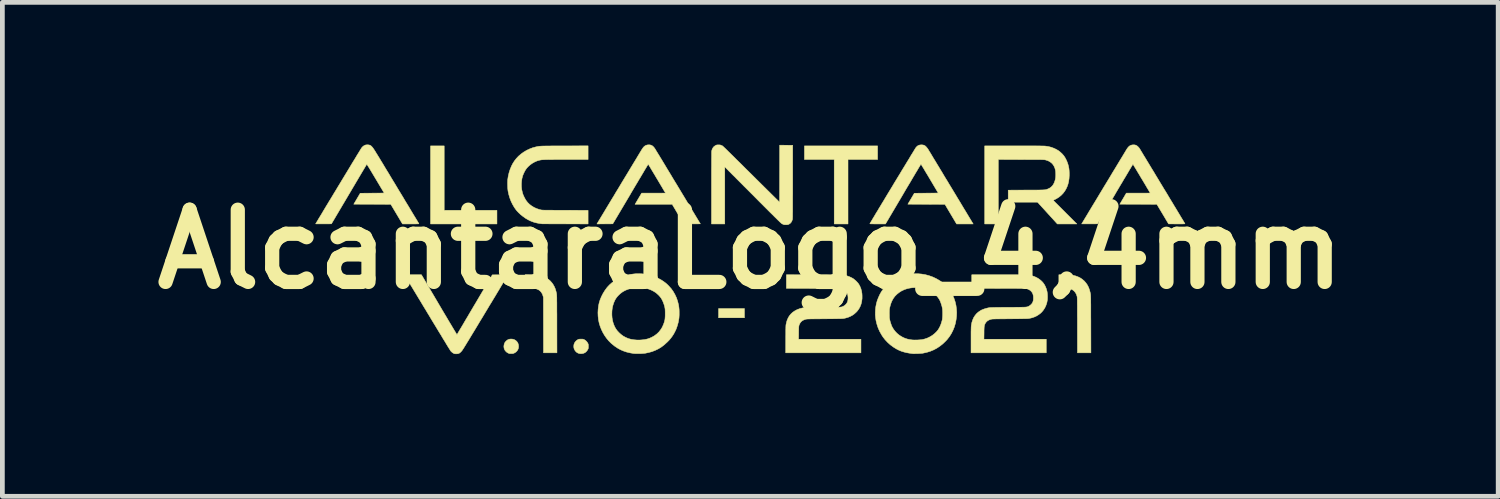
<source format=kicad_pcb>
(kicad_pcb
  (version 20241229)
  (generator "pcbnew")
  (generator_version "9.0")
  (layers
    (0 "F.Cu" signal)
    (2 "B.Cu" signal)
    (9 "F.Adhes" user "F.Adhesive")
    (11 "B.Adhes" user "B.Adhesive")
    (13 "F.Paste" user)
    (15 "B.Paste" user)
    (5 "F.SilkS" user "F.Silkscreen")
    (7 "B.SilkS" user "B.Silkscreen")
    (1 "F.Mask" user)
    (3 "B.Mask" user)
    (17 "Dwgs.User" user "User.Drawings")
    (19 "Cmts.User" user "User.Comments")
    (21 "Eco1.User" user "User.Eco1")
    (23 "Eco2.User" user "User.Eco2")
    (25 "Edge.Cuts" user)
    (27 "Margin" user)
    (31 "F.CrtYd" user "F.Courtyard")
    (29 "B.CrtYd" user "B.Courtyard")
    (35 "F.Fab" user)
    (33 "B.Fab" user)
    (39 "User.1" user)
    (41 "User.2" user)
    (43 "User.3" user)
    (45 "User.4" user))
  (footprint "AlcantaraLogo_4,4mm"
    (layer "F.Cu")
    (at 12.78 2.209)
    (property "Reference" "AlcantaraLogo_4,4mm" (at 0 0 0) (layer "F.SilkS") (effects (font (size 1.524 1.524) (thickness 0.3))))
    (attr through_hole)
    (fp_poly (pts (xy -0.123 1.446) (xy -0.669 1.446) (xy -0.669 1.251) (xy -0.123 1.251) (xy -0.123 1.446)) (stroke (width 0.01) (type solid)) (fill yes) (layer "F.SilkS"))
    (fp_poly (pts (xy -6.458 -0.822) (xy -5.345 -0.822) (xy -5.345 -0.534) (xy -6.746 -0.534) (xy -6.746 -2.181) (xy -6.458 -2.181) (xy -6.458 -0.822)) (stroke (width 0.01) (type solid)) (fill yes) (layer "F.SilkS"))
    (fp_poly (pts (xy 2.686 -1.894) (xy 2.062 -1.894) (xy 2.062 -0.534) (xy 1.771 -0.534) (xy 1.771 -1.894) (xy 1.143 -1.894) (xy 1.143 -2.181) (xy 2.686 -2.181) (xy 2.686 -1.894)) (stroke (width 0.01) (type solid)) (fill yes) (layer "F.SilkS"))
    (fp_poly (pts (xy -5.01 1.897) (xy -4.979 1.907) (xy -4.951 1.923) (xy -4.927 1.944) (xy -4.908 1.97) (xy -4.895 2.001) (xy -4.89 2.025) (xy -4.888 2.058) (xy -4.893 2.091) (xy -4.905 2.121) (xy -4.923 2.147) (xy -4.946 2.17) (xy -4.974 2.187) (xy -4.988 2.194) (xy -5 2.198) (xy -5.012 2.201) (xy -5.027 2.202) (xy -5.036 2.202) (xy -5.053 2.202) (xy -5.069 2.202) (xy -5.082 2.201) (xy -5.085 2.2) (xy -5.11 2.19) (xy -5.135 2.175) (xy -5.157 2.155) (xy -5.176 2.132) (xy -5.182 2.121) (xy -5.194 2.091) (xy -5.199 2.059) (xy -5.197 2.027) (xy -5.19 1.996) (xy -5.177 1.967) (xy -5.165 1.951) (xy -5.141 1.927) (xy -5.115 1.909) (xy -5.086 1.898) (xy -5.054 1.894) (xy -5.045 1.894) (xy -5.01 1.897)) (stroke (width 0.01) (type solid)) (fill yes) (layer "F.SilkS"))
    (fp_poly (pts (xy -3.552 1.896) (xy -3.538 1.896) (xy -3.528 1.898) (xy -3.518 1.901) (xy -3.508 1.905) (xy -3.503 1.907) (xy -3.476 1.924) (xy -3.452 1.947) (xy -3.433 1.973) (xy -3.428 1.983) (xy -3.422 1.995) (xy -3.419 2.004) (xy -3.417 2.014) (xy -3.416 2.027) (xy -3.416 2.044) (xy -3.416 2.049) (xy -3.416 2.067) (xy -3.417 2.081) (xy -3.418 2.091) (xy -3.421 2.1) (xy -3.426 2.111) (xy -3.428 2.114) (xy -3.442 2.138) (xy -3.461 2.16) (xy -3.482 2.178) (xy -3.49 2.183) (xy -3.517 2.195) (xy -3.547 2.202) (xy -3.578 2.203) (xy -3.609 2.2) (xy -3.622 2.196) (xy -3.649 2.184) (xy -3.674 2.165) (xy -3.695 2.141) (xy -3.711 2.113) (xy -3.716 2.101) (xy -3.722 2.079) (xy -3.724 2.054) (xy -3.723 2.028) (xy -3.719 2.004) (xy -3.718 2.002) (xy -3.706 1.973) (xy -3.687 1.946) (xy -3.664 1.924) (xy -3.637 1.906) (xy -3.635 1.906) (xy -3.625 1.901) (xy -3.616 1.898) (xy -3.605 1.897) (xy -3.592 1.896) (xy -3.573 1.896) (xy -3.571 1.896) (xy -3.552 1.896)) (stroke (width 0.01) (type solid)) (fill yes) (layer "F.SilkS"))
    (fp_poly (pts (xy -4.625 0.539) (xy -4.587 0.539) (xy -4.555 0.54) (xy -4.529 0.541) (xy -4.508 0.542) (xy -4.491 0.543) (xy -4.477 0.545) (xy -4.466 0.547) (xy -4.406 0.561) (xy -4.351 0.581) (xy -4.301 0.606) (xy -4.256 0.636) (xy -4.216 0.672) (xy -4.18 0.714) (xy -4.163 0.738) (xy -4.137 0.783) (xy -4.115 0.833) (xy -4.098 0.889) (xy -4.089 0.928) (xy -4.088 0.934) (xy -4.087 0.939) (xy -4.086 0.945) (xy -4.086 0.951) (xy -4.085 0.958) (xy -4.084 0.967) (xy -4.084 0.977) (xy -4.083 0.989) (xy -4.083 1.004) (xy -4.082 1.022) (xy -4.082 1.043) (xy -4.082 1.067) (xy -4.082 1.095) (xy -4.081 1.128) (xy -4.081 1.165) (xy -4.081 1.207) (xy -4.081 1.254) (xy -4.081 1.307) (xy -4.08 1.366) (xy -4.08 1.432) (xy -4.08 1.504) (xy -4.08 1.577) (xy -4.079 2.185) (xy -4.363 2.185) (xy -4.364 1.6) (xy -4.365 1.014) (xy -4.373 0.985) (xy -4.387 0.945) (xy -4.407 0.911) (xy -4.431 0.883) (xy -4.46 0.86) (xy -4.495 0.843) (xy -4.518 0.835) (xy -4.526 0.833) (xy -4.537 0.831) (xy -4.55 0.83) (xy -4.567 0.829) (xy -4.589 0.828) (xy -4.617 0.827) (xy -4.646 0.827) (xy -4.751 0.825) (xy -4.751 0.537) (xy -4.625 0.539)) (stroke (width 0.01) (type solid)) (fill yes) (layer "F.SilkS"))
    (fp_poly (pts (xy 6.639 0.539) (xy 6.674 0.539) (xy 6.703 0.54) (xy 6.727 0.54) (xy 6.746 0.541) (xy 6.762 0.542) (xy 6.775 0.543) (xy 6.787 0.545) (xy 6.799 0.547) (xy 6.806 0.549) (xy 6.862 0.562) (xy 6.911 0.58) (xy 6.956 0.601) (xy 6.997 0.628) (xy 7.004 0.633) (xy 7.046 0.669) (xy 7.082 0.71) (xy 7.113 0.755) (xy 7.139 0.806) (xy 7.159 0.863) (xy 7.175 0.925) (xy 7.176 0.932) (xy 7.177 0.937) (xy 7.178 0.942) (xy 7.179 0.948) (xy 7.18 0.954) (xy 7.181 0.962) (xy 7.181 0.97) (xy 7.182 0.98) (xy 7.182 0.993) (xy 7.183 1.008) (xy 7.183 1.025) (xy 7.184 1.046) (xy 7.184 1.07) (xy 7.184 1.098) (xy 7.184 1.131) (xy 7.185 1.168) (xy 7.185 1.21) (xy 7.185 1.257) (xy 7.185 1.31) (xy 7.185 1.369) (xy 7.185 1.434) (xy 7.186 1.507) (xy 7.186 1.579) (xy 7.187 2.185) (xy 6.903 2.185) (xy 6.902 1.602) (xy 6.902 1.524) (xy 6.902 1.454) (xy 6.901 1.39) (xy 6.901 1.333) (xy 6.901 1.282) (xy 6.901 1.236) (xy 6.901 1.196) (xy 6.9 1.161) (xy 6.9 1.13) (xy 6.9 1.103) (xy 6.9 1.081) (xy 6.899 1.062) (xy 6.899 1.046) (xy 6.898 1.033) (xy 6.898 1.022) (xy 6.897 1.013) (xy 6.897 1.007) (xy 6.896 1.001) (xy 6.895 0.997) (xy 6.894 0.993) (xy 6.894 0.992) (xy 6.881 0.953) (xy 6.863 0.919) (xy 6.841 0.89) (xy 6.815 0.867) (xy 6.795 0.854) (xy 6.782 0.847) (xy 6.769 0.842) (xy 6.757 0.837) (xy 6.744 0.834) (xy 6.728 0.831) (xy 6.71 0.83) (xy 6.688 0.828) (xy 6.661 0.827) (xy 6.628 0.827) (xy 6.618 0.827) (xy 6.511 0.825) (xy 6.511 0.537) (xy 6.639 0.539)) (stroke (width 0.01) (type solid)) (fill yes) (layer "F.SilkS"))
    (fp_poly (pts (xy 5.657 -2.181) (xy 5.743 -2.181) (xy 5.822 -2.181) (xy 5.894 -2.181) (xy 5.959 -2.181) (xy 6.017 -2.181) (xy 6.068 -2.18) (xy 6.112 -2.18) (xy 6.149 -2.179) (xy 6.179 -2.179) (xy 6.202 -2.178) (xy 6.217 -2.178) (xy 6.224 -2.177) (xy 6.286 -2.168) (xy 6.346 -2.153) (xy 6.404 -2.132) (xy 6.457 -2.107) (xy 6.507 -2.077) (xy 6.55 -2.042) (xy 6.588 -2.005) (xy 6.62 -1.967) (xy 6.647 -1.924) (xy 6.671 -1.877) (xy 6.685 -1.844) (xy 6.702 -1.797) (xy 6.714 -1.752) (xy 6.723 -1.707) (xy 6.728 -1.66) (xy 6.73 -1.61) (xy 6.73 -1.556) (xy 6.726 -1.49) (xy 6.717 -1.43) (xy 6.704 -1.374) (xy 6.685 -1.321) (xy 6.662 -1.272) (xy 6.636 -1.228) (xy 6.599 -1.179) (xy 6.557 -1.136) (xy 6.51 -1.098) (xy 6.459 -1.066) (xy 6.439 -1.056) (xy 6.391 -1.033) (xy 6.641 -0.783) (xy 6.89 -0.534) (xy 6.479 -0.534) (xy 6.27 -0.764) (xy 6.061 -0.993) (xy 5.751 -0.993) (xy 5.442 -0.994) (xy 5.442 -1.247) (xy 5.822 -1.249) (xy 5.885 -1.249) (xy 5.941 -1.249) (xy 5.99 -1.249) (xy 6.033 -1.249) (xy 6.07 -1.25) (xy 6.103 -1.25) (xy 6.131 -1.251) (xy 6.154 -1.251) (xy 6.174 -1.252) (xy 6.191 -1.253) (xy 6.205 -1.254) (xy 6.217 -1.255) (xy 6.227 -1.256) (xy 6.236 -1.258) (xy 6.244 -1.26) (xy 6.252 -1.262) (xy 6.259 -1.265) (xy 6.268 -1.268) (xy 6.273 -1.27) (xy 6.311 -1.287) (xy 6.345 -1.31) (xy 6.374 -1.338) (xy 6.398 -1.373) (xy 6.417 -1.413) (xy 6.432 -1.459) (xy 6.436 -1.477) (xy 6.441 -1.505) (xy 6.444 -1.539) (xy 6.445 -1.574) (xy 6.444 -1.61) (xy 6.442 -1.643) (xy 6.438 -1.668) (xy 6.426 -1.714) (xy 6.408 -1.754) (xy 6.385 -1.79) (xy 6.356 -1.821) (xy 6.322 -1.846) (xy 6.283 -1.867) (xy 6.238 -1.882) (xy 6.232 -1.883) (xy 6.227 -1.885) (xy 6.222 -1.886) (xy 6.217 -1.887) (xy 6.212 -1.887) (xy 6.205 -1.888) (xy 6.196 -1.889) (xy 6.186 -1.889) (xy 6.173 -1.89) (xy 6.158 -1.89) (xy 6.139 -1.891) (xy 6.117 -1.891) (xy 6.091 -1.891) (xy 6.061 -1.892) (xy 6.026 -1.892) (xy 5.985 -1.892) (xy 5.94 -1.892) (xy 5.888 -1.892) (xy 5.829 -1.892) (xy 5.764 -1.893) (xy 5.716 -1.893) (xy 5.233 -1.894) (xy 5.233 -0.534) (xy 4.946 -0.534) (xy 4.946 -2.181) (xy 5.565 -2.181) (xy 5.657 -2.181)) (stroke (width 0.01) (type solid)) (fill yes) (layer "F.SilkS"))
    (fp_poly (pts (xy 3.65 -2.199) (xy 3.671 -2.193) (xy 3.689 -2.182) (xy 3.708 -2.165) (xy 3.728 -2.142) (xy 3.748 -2.115) (xy 3.755 -2.104) (xy 3.759 -2.098) (xy 3.766 -2.085) (xy 3.777 -2.067) (xy 3.792 -2.043) (xy 3.81 -2.014) (xy 3.83 -1.98) (xy 3.853 -1.941) (xy 3.879 -1.898) (xy 3.908 -1.851) (xy 3.938 -1.801) (xy 3.971 -1.747) (xy 4.005 -1.69) (xy 4.042 -1.63) (xy 4.079 -1.567) (xy 4.118 -1.502) (xy 4.159 -1.436) (xy 4.2 -1.367) (xy 4.242 -1.298) (xy 4.285 -1.227) (xy 4.328 -1.156) (xy 4.371 -1.084) (xy 4.415 -1.012) (xy 4.458 -0.94) (xy 4.501 -0.868) (xy 4.544 -0.798) (xy 4.584 -0.731) (xy 4.703 -0.534) (xy 4.353 -0.534) (xy 4.23 -0.741) (xy 4.107 -0.948) (xy 3.325 -0.951) (xy 3.393 -1.066) (xy 3.461 -1.182) (xy 3.714 -1.184) (xy 3.966 -1.186) (xy 3.785 -1.491) (xy 3.759 -1.535) (xy 3.734 -1.577) (xy 3.71 -1.616) (xy 3.688 -1.653) (xy 3.668 -1.687) (xy 3.65 -1.717) (xy 3.634 -1.742) (xy 3.621 -1.764) (xy 3.611 -1.78) (xy 3.604 -1.791) (xy 3.601 -1.796) (xy 3.601 -1.797) (xy 3.599 -1.793) (xy 3.593 -1.784) (xy 3.584 -1.769) (xy 3.572 -1.748) (xy 3.556 -1.723) (xy 3.538 -1.692) (xy 3.517 -1.656) (xy 3.493 -1.617) (xy 3.467 -1.573) (xy 3.439 -1.526) (xy 3.409 -1.475) (xy 3.378 -1.422) (xy 3.344 -1.365) (xy 3.309 -1.307) (xy 3.273 -1.246) (xy 3.236 -1.183) (xy 3.226 -1.165) (xy 2.853 -0.534) (xy 2.687 -0.534) (xy 2.646 -0.534) (xy 2.613 -0.534) (xy 2.585 -0.535) (xy 2.564 -0.535) (xy 2.547 -0.535) (xy 2.536 -0.536) (xy 2.528 -0.537) (xy 2.524 -0.538) (xy 2.522 -0.539) (xy 2.522 -0.539) (xy 2.525 -0.543) (xy 2.531 -0.553) (xy 2.54 -0.569) (xy 2.553 -0.591) (xy 2.569 -0.617) (xy 2.587 -0.648) (xy 2.609 -0.684) (xy 2.632 -0.723) (xy 2.658 -0.767) (xy 2.687 -0.813) (xy 2.716 -0.863) (xy 2.748 -0.915) (xy 2.781 -0.97) (xy 2.816 -1.027) (xy 2.851 -1.086) (xy 2.887 -1.146) (xy 2.924 -1.207) (xy 2.961 -1.268) (xy 2.999 -1.33) (xy 3.036 -1.393) (xy 3.074 -1.455) (xy 3.111 -1.516) (xy 3.148 -1.576) (xy 3.183 -1.635) (xy 3.218 -1.693) (xy 3.252 -1.748) (xy 3.284 -1.801) (xy 3.315 -1.852) (xy 3.344 -1.899) (xy 3.371 -1.944) (xy 3.395 -1.985) (xy 3.418 -2.021) (xy 3.438 -2.054) (xy 3.455 -2.082) (xy 3.469 -2.105) (xy 3.479 -2.122) (xy 3.487 -2.134) (xy 3.491 -2.14) (xy 3.491 -2.141) (xy 3.51 -2.163) (xy 3.528 -2.179) (xy 3.547 -2.19) (xy 3.565 -2.197) (xy 3.592 -2.202) (xy 3.622 -2.203) (xy 3.65 -2.199)) (stroke (width 0.01) (type solid)) (fill yes) (layer "F.SilkS"))
    (fp_poly (pts (xy -7.117 0.538) (xy -6.938 0.538) (xy -6.565 1.171) (xy -6.521 1.246) (xy -6.479 1.317) (xy -6.439 1.384) (xy -6.402 1.446) (xy -6.368 1.504) (xy -6.336 1.558) (xy -6.307 1.606) (xy -6.281 1.65) (xy -6.258 1.688) (xy -6.238 1.722) (xy -6.221 1.749) (xy -6.208 1.771) (xy -6.198 1.787) (xy -6.191 1.797) (xy -6.188 1.801) (xy -6.188 1.801) (xy -6.186 1.797) (xy -6.18 1.788) (xy -6.171 1.772) (xy -6.159 1.751) (xy -6.143 1.725) (xy -6.125 1.694) (xy -6.103 1.658) (xy -6.08 1.619) (xy -6.054 1.575) (xy -6.026 1.527) (xy -5.996 1.476) (xy -5.964 1.423) (xy -5.931 1.366) (xy -5.896 1.307) (xy -5.86 1.246) (xy -5.823 1.183) (xy -5.814 1.169) (xy -5.443 0.54) (xy -5.278 0.539) (xy -5.238 0.539) (xy -5.202 0.539) (xy -5.172 0.539) (xy -5.148 0.539) (xy -5.13 0.54) (xy -5.119 0.54) (xy -5.114 0.541) (xy -5.114 0.541) (xy -5.116 0.545) (xy -5.122 0.554) (xy -5.131 0.57) (xy -5.144 0.591) (xy -5.16 0.617) (xy -5.178 0.649) (xy -5.2 0.685) (xy -5.225 0.725) (xy -5.252 0.77) (xy -5.281 0.819) (xy -5.312 0.871) (xy -5.346 0.927) (xy -5.381 0.986) (xy -5.419 1.048) (xy -5.457 1.112) (xy -5.498 1.178) (xy -5.539 1.247) (xy -5.581 1.317) (xy -5.594 1.338) (xy -5.644 1.422) (xy -5.692 1.5) (xy -5.735 1.572) (xy -5.775 1.639) (xy -5.812 1.7) (xy -5.846 1.756) (xy -5.877 1.807) (xy -5.905 1.853) (xy -5.93 1.895) (xy -5.953 1.933) (xy -5.974 1.966) (xy -5.992 1.996) (xy -6.008 2.023) (xy -6.023 2.046) (xy -6.035 2.066) (xy -6.046 2.084) (xy -6.056 2.099) (xy -6.064 2.111) (xy -6.071 2.122) (xy -6.077 2.131) (xy -6.082 2.138) (xy -6.087 2.144) (xy -6.091 2.149) (xy -6.094 2.153) (xy -6.097 2.157) (xy -6.1 2.159) (xy -6.119 2.178) (xy -6.136 2.191) (xy -6.153 2.199) (xy -6.171 2.204) (xy -6.193 2.206) (xy -6.197 2.206) (xy -6.221 2.206) (xy -6.24 2.204) (xy -6.246 2.202) (xy -6.267 2.192) (xy -6.289 2.177) (xy -6.31 2.158) (xy -6.321 2.146) (xy -6.325 2.141) (xy -6.332 2.129) (xy -6.342 2.112) (xy -6.356 2.09) (xy -6.374 2.062) (xy -6.394 2.029) (xy -6.417 1.991) (xy -6.442 1.949) (xy -6.471 1.903) (xy -6.501 1.853) (xy -6.533 1.799) (xy -6.568 1.743) (xy -6.604 1.683) (xy -6.642 1.62) (xy -6.681 1.556) (xy -6.722 1.489) (xy -6.763 1.42) (xy -6.806 1.349) (xy -6.81 1.343) (xy -6.852 1.272) (xy -6.894 1.204) (xy -6.934 1.137) (xy -6.973 1.072) (xy -7.011 1.01) (xy -7.047 0.95) (xy -7.081 0.894) (xy -7.113 0.841) (xy -7.143 0.791) (xy -7.171 0.745) (xy -7.196 0.703) (xy -7.218 0.666) (xy -7.238 0.633) (xy -7.255 0.606) (xy -7.268 0.583) (xy -7.278 0.566) (xy -7.285 0.555) (xy -7.288 0.55) (xy -7.288 0.55) (xy -7.296 0.538) (xy -7.117 0.538)) (stroke (width 0.01) (type solid)) (fill yes) (layer "F.SilkS"))
    (fp_poly (pts (xy -0.653 -2.202) (xy -0.64 -2.201) (xy -0.629 -2.199) (xy -0.618 -2.195) (xy -0.605 -2.189) (xy -0.602 -2.188) (xy -0.6 -2.187) (xy -0.598 -2.187) (xy -0.596 -2.186) (xy -0.594 -2.185) (xy -0.592 -2.184) (xy -0.59 -2.183) (xy -0.586 -2.18) (xy -0.582 -2.177) (xy -0.577 -2.173) (xy -0.571 -2.167) (xy -0.563 -2.16) (xy -0.554 -2.151) (xy -0.543 -2.141) (xy -0.529 -2.128) (xy -0.514 -2.113) (xy -0.496 -2.096) (xy -0.476 -2.076) (xy -0.453 -2.053) (xy -0.427 -2.028) (xy -0.398 -1.999) (xy -0.365 -1.967) (xy -0.329 -1.931) (xy -0.29 -1.892) (xy -0.246 -1.849) (xy -0.198 -1.802) (xy -0.146 -1.75) (xy -0.09 -1.694) (xy -0.028 -1.633) (xy 0.038 -1.568) (xy 0.109 -1.497) (xy 0.129 -1.477) (xy 0.618 -0.993) (xy 0.62 -2.196) (xy 0.895 -2.194) (xy 0.895 -1.421) (xy 0.895 -1.33) (xy 0.895 -1.245) (xy 0.895 -1.168) (xy 0.894 -1.097) (xy 0.894 -1.033) (xy 0.894 -0.974) (xy 0.894 -0.921) (xy 0.894 -0.874) (xy 0.894 -0.832) (xy 0.894 -0.795) (xy 0.893 -0.762) (xy 0.893 -0.734) (xy 0.893 -0.71) (xy 0.893 -0.689) (xy 0.892 -0.672) (xy 0.892 -0.658) (xy 0.891 -0.647) (xy 0.891 -0.639) (xy 0.89 -0.633) (xy 0.89 -0.629) (xy 0.889 -0.628) (xy 0.878 -0.596) (xy 0.862 -0.568) (xy 0.842 -0.546) (xy 0.818 -0.53) (xy 0.815 -0.528) (xy 0.802 -0.523) (xy 0.789 -0.519) (xy 0.773 -0.518) (xy 0.76 -0.517) (xy 0.743 -0.517) (xy 0.727 -0.517) (xy 0.715 -0.519) (xy 0.712 -0.519) (xy 0.701 -0.523) (xy 0.687 -0.529) (xy 0.673 -0.536) (xy 0.672 -0.536) (xy 0.669 -0.538) (xy 0.665 -0.541) (xy 0.66 -0.544) (xy 0.654 -0.549) (xy 0.647 -0.555) (xy 0.639 -0.563) (xy 0.628 -0.572) (xy 0.616 -0.584) (xy 0.602 -0.598) (xy 0.585 -0.614) (xy 0.566 -0.633) (xy 0.544 -0.655) (xy 0.518 -0.68) (xy 0.49 -0.708) (xy 0.458 -0.74) (xy 0.422 -0.775) (xy 0.382 -0.815) (xy 0.338 -0.859) (xy 0.29 -0.907) (xy 0.237 -0.96) (xy 0.179 -1.018) (xy 0.128 -1.07) (xy 0.075 -1.123) (xy 0.023 -1.175) (xy -0.029 -1.227) (xy -0.079 -1.277) (xy -0.127 -1.325) (xy -0.173 -1.372) (xy -0.217 -1.416) (xy -0.259 -1.458) (xy -0.298 -1.497) (xy -0.333 -1.533) (xy -0.366 -1.565) (xy -0.394 -1.593) (xy -0.418 -1.618) (xy -0.438 -1.638) (xy -0.454 -1.653) (xy -0.464 -1.664) (xy -0.464 -1.664) (xy -0.538 -1.739) (xy -0.538 -0.534) (xy -0.818 -0.534) (xy -0.818 -1.294) (xy -0.818 -1.38) (xy -0.818 -1.462) (xy -0.818 -1.54) (xy -0.818 -1.613) (xy -0.818 -1.683) (xy -0.817 -1.747) (xy -0.817 -1.806) (xy -0.817 -1.86) (xy -0.817 -1.909) (xy -0.816 -1.952) (xy -0.816 -1.988) (xy -0.816 -2.019) (xy -0.816 -2.043) (xy -0.815 -2.06) (xy -0.815 -2.069) (xy -0.815 -2.072) (xy -0.805 -2.107) (xy -0.79 -2.137) (xy -0.77 -2.163) (xy -0.745 -2.182) (xy -0.734 -2.189) (xy -0.722 -2.195) (xy -0.712 -2.199) (xy -0.702 -2.201) (xy -0.69 -2.202) (xy -0.673 -2.202) (xy -0.671 -2.202) (xy -0.653 -2.202)) (stroke (width 0.01) (type solid)) (fill yes) (layer "F.SilkS"))
    (fp_poly (pts (xy -2.122 -2.203) (xy -2.095 -2.197) (xy -2.071 -2.186) (xy -2.05 -2.169) (xy -2.05 -2.169) (xy -2.037 -2.156) (xy -2.026 -2.142) (xy -2.017 -2.131) (xy -2.014 -2.126) (xy -2.007 -2.115) (xy -1.997 -2.099) (xy -1.984 -2.076) (xy -1.967 -2.049) (xy -1.947 -2.016) (xy -1.924 -1.979) (xy -1.899 -1.937) (xy -1.871 -1.892) (xy -1.841 -1.842) (xy -1.809 -1.789) (xy -1.775 -1.732) (xy -1.739 -1.672) (xy -1.701 -1.61) (xy -1.662 -1.545) (xy -1.622 -1.478) (xy -1.58 -1.409) (xy -1.537 -1.339) (xy -1.529 -1.325) (xy -1.053 -0.536) (xy -1.224 -0.535) (xy -1.259 -0.535) (xy -1.292 -0.535) (xy -1.322 -0.535) (xy -1.348 -0.535) (xy -1.369 -0.535) (xy -1.386 -0.535) (xy -1.396 -0.535) (xy -1.399 -0.536) (xy -1.402 -0.539) (xy -1.408 -0.548) (xy -1.417 -0.563) (xy -1.429 -0.582) (xy -1.443 -0.606) (xy -1.46 -0.633) (xy -1.479 -0.664) (xy -1.498 -0.697) (xy -1.52 -0.732) (xy -1.526 -0.743) (xy -1.648 -0.949) (xy -2.431 -0.949) (xy -2.362 -1.066) (xy -2.292 -1.184) (xy -2.041 -1.184) (xy -1.998 -1.184) (xy -1.958 -1.184) (xy -1.92 -1.184) (xy -1.886 -1.184) (xy -1.857 -1.185) (xy -1.831 -1.185) (xy -1.812 -1.185) (xy -1.798 -1.185) (xy -1.79 -1.186) (xy -1.789 -1.186) (xy -1.791 -1.19) (xy -1.796 -1.199) (xy -1.805 -1.214) (xy -1.817 -1.233) (xy -1.831 -1.257) (xy -1.847 -1.284) (xy -1.865 -1.315) (xy -1.885 -1.348) (xy -1.906 -1.384) (xy -1.928 -1.42) (xy -1.95 -1.458) (xy -1.973 -1.496) (xy -1.996 -1.534) (xy -2.018 -1.572) (xy -2.04 -1.608) (xy -2.061 -1.643) (xy -2.081 -1.676) (xy -2.098 -1.705) (xy -2.114 -1.732) (xy -2.128 -1.754) (xy -2.139 -1.772) (xy -2.147 -1.785) (xy -2.152 -1.793) (xy -2.153 -1.795) (xy -2.156 -1.792) (xy -2.161 -1.782) (xy -2.17 -1.767) (xy -2.183 -1.747) (xy -2.198 -1.721) (xy -2.217 -1.69) (xy -2.238 -1.655) (xy -2.261 -1.615) (xy -2.287 -1.572) (xy -2.315 -1.524) (xy -2.346 -1.474) (xy -2.377 -1.42) (xy -2.411 -1.364) (xy -2.446 -1.305) (xy -2.482 -1.244) (xy -2.519 -1.182) (xy -2.528 -1.165) (xy -2.901 -0.536) (xy -3.068 -0.535) (xy -3.235 -0.534) (xy -3.231 -0.543) (xy -3.228 -0.547) (xy -3.221 -0.558) (xy -3.212 -0.574) (xy -3.199 -0.596) (xy -3.182 -0.623) (xy -3.163 -0.655) (xy -3.142 -0.69) (xy -3.118 -0.73) (xy -3.091 -0.774) (xy -3.063 -0.821) (xy -3.033 -0.871) (xy -3.001 -0.924) (xy -2.968 -0.979) (xy -2.934 -1.035) (xy -2.898 -1.094) (xy -2.862 -1.154) (xy -2.826 -1.215) (xy -2.788 -1.276) (xy -2.751 -1.338) (xy -2.714 -1.4) (xy -2.677 -1.461) (xy -2.64 -1.522) (xy -2.604 -1.581) (xy -2.569 -1.639) (xy -2.535 -1.696) (xy -2.502 -1.75) (xy -2.471 -1.802) (xy -2.441 -1.851) (xy -2.413 -1.897) (xy -2.387 -1.94) (xy -2.364 -1.979) (xy -2.343 -2.013) (xy -2.325 -2.044) (xy -2.309 -2.069) (xy -2.297 -2.09) (xy -2.288 -2.104) (xy -2.282 -2.113) (xy -2.28 -2.116) (xy -2.26 -2.145) (xy -2.24 -2.167) (xy -2.219 -2.183) (xy -2.197 -2.194) (xy -2.172 -2.201) (xy -2.153 -2.203) (xy -2.122 -2.203)) (stroke (width 0.01) (type solid)) (fill yes) (layer "F.SilkS"))
    (fp_poly (pts (xy -3.422 -1.894) (xy -3.881 -1.894) (xy -3.952 -1.894) (xy -4.017 -1.894) (xy -4.075 -1.894) (xy -4.127 -1.894) (xy -4.173 -1.893) (xy -4.214 -1.893) (xy -4.25 -1.893) (xy -4.282 -1.892) (xy -4.309 -1.892) (xy -4.333 -1.891) (xy -4.353 -1.89) (xy -4.371 -1.889) (xy -4.386 -1.888) (xy -4.4 -1.887) (xy -4.412 -1.886) (xy -4.422 -1.884) (xy -4.432 -1.882) (xy -4.442 -1.88) (xy -4.451 -1.878) (xy -4.499 -1.864) (xy -4.547 -1.843) (xy -4.594 -1.817) (xy -4.638 -1.786) (xy -4.679 -1.751) (xy -4.714 -1.714) (xy -4.737 -1.682) (xy -4.753 -1.657) (xy -4.769 -1.626) (xy -4.784 -1.594) (xy -4.797 -1.563) (xy -4.803 -1.545) (xy -4.817 -1.493) (xy -4.825 -1.437) (xy -4.829 -1.378) (xy -4.828 -1.319) (xy -4.822 -1.261) (xy -4.81 -1.206) (xy -4.801 -1.174) (xy -4.792 -1.148) (xy -4.779 -1.119) (xy -4.764 -1.088) (xy -4.749 -1.06) (xy -4.734 -1.036) (xy -4.733 -1.033) (xy -4.698 -0.988) (xy -4.658 -0.948) (xy -4.612 -0.913) (xy -4.562 -0.883) (xy -4.507 -0.858) (xy -4.447 -0.838) (xy -4.423 -0.832) (xy -4.418 -0.831) (xy -4.413 -0.83) (xy -4.407 -0.829) (xy -4.401 -0.828) (xy -4.394 -0.827) (xy -4.386 -0.827) (xy -4.375 -0.826) (xy -4.362 -0.826) (xy -4.347 -0.825) (xy -4.328 -0.825) (xy -4.306 -0.824) (xy -4.28 -0.824) (xy -4.25 -0.824) (xy -4.214 -0.824) (xy -4.174 -0.824) (xy -4.128 -0.823) (xy -4.076 -0.823) (xy -4.018 -0.823) (xy -3.953 -0.823) (xy -3.904 -0.823) (xy -3.422 -0.821) (xy -3.422 -0.534) (xy -3.902 -0.535) (xy -3.962 -0.535) (xy -4.02 -0.535) (xy -4.075 -0.535) (xy -4.127 -0.535) (xy -4.176 -0.535) (xy -4.222 -0.535) (xy -4.263 -0.536) (xy -4.3 -0.536) (xy -4.331 -0.536) (xy -4.357 -0.536) (xy -4.377 -0.536) (xy -4.39 -0.536) (xy -4.396 -0.537) (xy -4.396 -0.537) (xy -4.45 -0.544) (xy -4.506 -0.555) (xy -4.561 -0.569) (xy -4.593 -0.58) (xy -4.641 -0.599) (xy -4.691 -0.624) (xy -4.742 -0.654) (xy -4.791 -0.689) (xy -4.839 -0.726) (xy -4.882 -0.766) (xy -4.921 -0.807) (xy -4.939 -0.828) (xy -4.979 -0.884) (xy -5.015 -0.946) (xy -5.047 -1.012) (xy -5.074 -1.082) (xy -5.095 -1.154) (xy -5.11 -1.221) (xy -5.114 -1.249) (xy -5.117 -1.282) (xy -5.119 -1.318) (xy -5.12 -1.356) (xy -5.121 -1.393) (xy -5.12 -1.429) (xy -5.119 -1.459) (xy -5.118 -1.469) (xy -5.107 -1.541) (xy -5.09 -1.614) (xy -5.067 -1.686) (xy -5.039 -1.754) (xy -5.013 -1.805) (xy -4.977 -1.862) (xy -4.935 -1.916) (xy -4.888 -1.966) (xy -4.835 -2.011) (xy -4.778 -2.052) (xy -4.717 -2.088) (xy -4.653 -2.118) (xy -4.587 -2.143) (xy -4.537 -2.156) (xy -4.523 -2.16) (xy -4.511 -2.162) (xy -4.5 -2.165) (xy -4.489 -2.167) (xy -4.478 -2.169) (xy -4.467 -2.171) (xy -4.455 -2.173) (xy -4.441 -2.174) (xy -4.426 -2.175) (xy -4.409 -2.176) (xy -4.389 -2.177) (xy -4.366 -2.178) (xy -4.34 -2.178) (xy -4.31 -2.179) (xy -4.276 -2.179) (xy -4.237 -2.179) (xy -4.192 -2.18) (xy -4.143 -2.18) (xy -4.087 -2.18) (xy -4.025 -2.18) (xy -3.956 -2.18) (xy -3.919 -2.18) (xy -3.422 -2.182) (xy -3.422 -1.894)) (stroke (width 0.01) (type solid)) (fill yes) (layer "F.SilkS"))
    (fp_poly (pts (xy -8.051 -2.202) (xy -8.033 -2.198) (xy -8.022 -2.194) (xy -8.013 -2.19) (xy -8.005 -2.184) (xy -7.994 -2.175) (xy -7.981 -2.161) (xy -7.978 -2.158) (xy -7.974 -2.154) (xy -7.971 -2.15) (xy -7.967 -2.145) (xy -7.963 -2.14) (xy -7.958 -2.133) (xy -7.952 -2.124) (xy -7.945 -2.114) (xy -7.937 -2.102) (xy -7.928 -2.088) (xy -7.917 -2.071) (xy -7.905 -2.052) (xy -7.892 -2.029) (xy -7.876 -2.004) (xy -7.858 -1.975) (xy -7.838 -1.943) (xy -7.816 -1.906) (xy -7.792 -1.866) (xy -7.764 -1.821) (xy -7.734 -1.771) (xy -7.702 -1.717) (xy -7.666 -1.658) (xy -7.626 -1.593) (xy -7.584 -1.522) (xy -7.538 -1.446) (xy -7.488 -1.364) (xy -7.473 -1.339) (xy -7.431 -1.268) (xy -7.389 -1.199) (xy -7.348 -1.132) (xy -7.309 -1.067) (xy -7.272 -1.004) (xy -7.235 -0.944) (xy -7.201 -0.888) (xy -7.169 -0.834) (xy -7.139 -0.784) (xy -7.111 -0.738) (xy -7.086 -0.696) (xy -7.063 -0.659) (xy -7.043 -0.626) (xy -7.026 -0.598) (xy -7.013 -0.575) (xy -7.002 -0.558) (xy -6.996 -0.546) (xy -6.992 -0.541) (xy -6.992 -0.541) (xy -6.992 -0.539) (xy -6.992 -0.538) (xy -6.995 -0.537) (xy -7 -0.536) (xy -7.008 -0.535) (xy -7.02 -0.535) (xy -7.036 -0.535) (xy -7.056 -0.534) (xy -7.083 -0.534) (xy -7.115 -0.534) (xy -7.155 -0.534) (xy -7.163 -0.534) (xy -7.338 -0.534) (xy -7.461 -0.741) (xy -7.585 -0.949) (xy -8.366 -0.951) (xy -8.298 -1.066) (xy -8.23 -1.182) (xy -7.977 -1.184) (xy -7.724 -1.186) (xy -7.906 -1.491) (xy -7.939 -1.546) (xy -7.969 -1.596) (xy -7.995 -1.64) (xy -8.019 -1.679) (xy -8.039 -1.713) (xy -8.057 -1.741) (xy -8.071 -1.763) (xy -8.081 -1.779) (xy -8.088 -1.789) (xy -8.091 -1.793) (xy -8.092 -1.793) (xy -8.094 -1.79) (xy -8.1 -1.78) (xy -8.109 -1.765) (xy -8.122 -1.744) (xy -8.137 -1.718) (xy -8.156 -1.687) (xy -8.177 -1.651) (xy -8.201 -1.611) (xy -8.227 -1.567) (xy -8.255 -1.52) (xy -8.285 -1.469) (xy -8.317 -1.415) (xy -8.35 -1.359) (xy -8.385 -1.3) (xy -8.421 -1.239) (xy -8.458 -1.176) (xy -8.466 -1.163) (xy -8.837 -0.536) (xy -9.004 -0.535) (xy -9.038 -0.535) (xy -9.07 -0.535) (xy -9.099 -0.535) (xy -9.124 -0.535) (xy -9.144 -0.535) (xy -9.159 -0.535) (xy -9.168 -0.536) (xy -9.17 -0.536) (xy -9.168 -0.54) (xy -9.163 -0.549) (xy -9.154 -0.565) (xy -9.141 -0.585) (xy -9.126 -0.611) (xy -9.108 -0.642) (xy -9.087 -0.676) (xy -9.063 -0.715) (xy -9.037 -0.758) (xy -9.01 -0.804) (xy -8.98 -0.854) (xy -8.949 -0.906) (xy -8.916 -0.96) (xy -8.882 -1.017) (xy -8.846 -1.075) (xy -8.81 -1.135) (xy -8.774 -1.195) (xy -8.736 -1.257) (xy -8.699 -1.319) (xy -8.661 -1.381) (xy -8.624 -1.443) (xy -8.587 -1.504) (xy -8.55 -1.565) (xy -8.514 -1.624) (xy -8.479 -1.682) (xy -8.445 -1.738) (xy -8.413 -1.792) (xy -8.382 -1.843) (xy -8.352 -1.891) (xy -8.325 -1.936) (xy -8.3 -1.978) (xy -8.277 -2.015) (xy -8.256 -2.049) (xy -8.238 -2.078) (xy -8.224 -2.102) (xy -8.212 -2.121) (xy -8.203 -2.135) (xy -8.198 -2.142) (xy -8.197 -2.144) (xy -8.173 -2.169) (xy -8.146 -2.188) (xy -8.117 -2.2) (xy -8.085 -2.204) (xy -8.051 -2.202)) (stroke (width 0.01) (type solid)) (fill yes) (layer "F.SilkS"))
    (fp_poly (pts (xy 8.128 -2.198) (xy 8.15 -2.189) (xy 8.171 -2.173) (xy 8.173 -2.171) (xy 8.186 -2.159) (xy 8.198 -2.145) (xy 8.208 -2.134) (xy 8.208 -2.133) (xy 8.211 -2.129) (xy 8.217 -2.119) (xy 8.227 -2.103) (xy 8.24 -2.081) (xy 8.256 -2.055) (xy 8.275 -2.024) (xy 8.296 -1.988) (xy 8.32 -1.949) (xy 8.347 -1.905) (xy 8.375 -1.858) (xy 8.405 -1.809) (xy 8.437 -1.756) (xy 8.47 -1.701) (xy 8.505 -1.645) (xy 8.54 -1.586) (xy 8.576 -1.526) (xy 8.613 -1.465) (xy 8.65 -1.403) (xy 8.688 -1.341) (xy 8.725 -1.279) (xy 8.763 -1.218) (xy 8.8 -1.157) (xy 8.836 -1.096) (xy 8.871 -1.038) (xy 8.906 -0.981) (xy 8.939 -0.925) (xy 8.971 -0.873) (xy 9.001 -0.823) (xy 9.03 -0.775) (xy 9.056 -0.732) (xy 9.08 -0.691) (xy 9.102 -0.655) (xy 9.121 -0.624) (xy 9.138 -0.596) (xy 9.151 -0.574) (xy 9.161 -0.558) (xy 9.167 -0.546) (xy 9.17 -0.541) (xy 9.171 -0.54) (xy 9.171 -0.538) (xy 9.169 -0.537) (xy 9.165 -0.536) (xy 9.159 -0.536) (xy 9.149 -0.535) (xy 9.135 -0.535) (xy 9.117 -0.534) (xy 9.093 -0.534) (xy 9.064 -0.534) (xy 9.028 -0.534) (xy 8.999 -0.534) (xy 8.825 -0.535) (xy 8.702 -0.742) (xy 8.578 -0.949) (xy 8.188 -0.95) (xy 7.797 -0.951) (xy 7.934 -1.184) (xy 8.186 -1.184) (xy 8.229 -1.184) (xy 8.269 -1.184) (xy 8.307 -1.184) (xy 8.341 -1.184) (xy 8.371 -1.185) (xy 8.396 -1.185) (xy 8.416 -1.185) (xy 8.43 -1.185) (xy 8.437 -1.185) (xy 8.438 -1.186) (xy 8.436 -1.189) (xy 8.431 -1.199) (xy 8.422 -1.213) (xy 8.411 -1.233) (xy 8.397 -1.257) (xy 8.38 -1.284) (xy 8.362 -1.315) (xy 8.343 -1.348) (xy 8.322 -1.383) (xy 8.3 -1.42) (xy 8.277 -1.458) (xy 8.254 -1.496) (xy 8.231 -1.534) (xy 8.209 -1.572) (xy 8.187 -1.608) (xy 8.166 -1.643) (xy 8.147 -1.675) (xy 8.129 -1.705) (xy 8.113 -1.731) (xy 8.099 -1.754) (xy 8.088 -1.772) (xy 8.08 -1.785) (xy 8.075 -1.793) (xy 8.074 -1.795) (xy 8.071 -1.792) (xy 8.066 -1.782) (xy 8.057 -1.767) (xy 8.044 -1.747) (xy 8.029 -1.721) (xy 8.01 -1.69) (xy 7.989 -1.655) (xy 7.966 -1.615) (xy 7.94 -1.572) (xy 7.912 -1.524) (xy 7.881 -1.474) (xy 7.85 -1.42) (xy 7.816 -1.364) (xy 7.781 -1.305) (xy 7.745 -1.244) (xy 7.708 -1.182) (xy 7.699 -1.165) (xy 7.326 -0.536) (xy 7.159 -0.535) (xy 7.125 -0.535) (xy 7.093 -0.535) (xy 7.064 -0.535) (xy 7.039 -0.535) (xy 7.018 -0.535) (xy 7.003 -0.535) (xy 6.995 -0.535) (xy 6.992 -0.535) (xy 6.994 -0.539) (xy 7 -0.548) (xy 7.009 -0.563) (xy 7.021 -0.584) (xy 7.037 -0.61) (xy 7.055 -0.64) (xy 7.076 -0.675) (xy 7.099 -0.713) (xy 7.125 -0.756) (xy 7.152 -0.802) (xy 7.182 -0.851) (xy 7.213 -0.903) (xy 7.246 -0.957) (xy 7.28 -1.013) (xy 7.315 -1.071) (xy 7.351 -1.131) (xy 7.387 -1.191) (xy 7.424 -1.252) (xy 7.461 -1.314) (xy 7.499 -1.376) (xy 7.536 -1.437) (xy 7.573 -1.498) (xy 7.609 -1.558) (xy 7.644 -1.617) (xy 7.679 -1.674) (xy 7.713 -1.73) (xy 7.745 -1.783) (xy 7.775 -1.833) (xy 7.804 -1.881) (xy 7.831 -1.925) (xy 7.856 -1.966) (xy 7.878 -2.003) (xy 7.898 -2.036) (xy 7.915 -2.064) (xy 7.929 -2.088) (xy 7.94 -2.106) (xy 7.948 -2.118) (xy 7.952 -2.125) (xy 7.953 -2.126) (xy 7.974 -2.153) (xy 7.995 -2.174) (xy 8.018 -2.189) (xy 8.043 -2.198) (xy 8.072 -2.203) (xy 8.072 -2.203) (xy 8.102 -2.203) (xy 8.128 -2.198)) (stroke (width 0.01) (type solid)) (fill yes) (layer "F.SilkS"))
    (fp_poly (pts (xy -2.289 0.518) (xy -2.23 0.524) (xy -2.175 0.533) (xy -2.157 0.536) (xy -2.086 0.555) (xy -2.016 0.58) (xy -1.948 0.61) (xy -1.883 0.645) (xy -1.849 0.667) (xy -1.813 0.692) (xy -1.781 0.716) (xy -1.752 0.742) (xy -1.722 0.772) (xy -1.718 0.776) (xy -1.668 0.832) (xy -1.625 0.893) (xy -1.588 0.958) (xy -1.556 1.027) (xy -1.532 1.1) (xy -1.513 1.176) (xy -1.507 1.216) (xy -1.504 1.243) (xy -1.501 1.276) (xy -1.5 1.312) (xy -1.5 1.35) (xy -1.5 1.387) (xy -1.502 1.422) (xy -1.504 1.452) (xy -1.507 1.472) (xy -1.521 1.548) (xy -1.541 1.619) (xy -1.565 1.687) (xy -1.586 1.731) (xy -1.613 1.783) (xy -1.643 1.83) (xy -1.675 1.874) (xy -1.711 1.917) (xy -1.753 1.96) (xy -1.755 1.961) (xy -1.814 2.015) (xy -1.874 2.061) (xy -1.937 2.1) (xy -2.003 2.132) (xy -2.072 2.159) (xy -2.145 2.179) (xy -2.222 2.195) (xy -2.223 2.195) (xy -2.243 2.197) (xy -2.269 2.199) (xy -2.299 2.201) (xy -2.331 2.202) (xy -2.363 2.202) (xy -2.394 2.202) (xy -2.422 2.202) (xy -2.445 2.2) (xy -2.452 2.2) (xy -2.469 2.198) (xy -2.49 2.194) (xy -2.513 2.19) (xy -2.537 2.186) (xy -2.541 2.185) (xy -2.612 2.168) (xy -2.679 2.145) (xy -2.743 2.117) (xy -2.804 2.083) (xy -2.864 2.042) (xy -2.923 1.994) (xy -2.938 1.981) (xy -2.986 1.933) (xy -3.031 1.879) (xy -3.073 1.82) (xy -3.11 1.757) (xy -3.142 1.691) (xy -3.168 1.624) (xy -3.188 1.558) (xy -3.203 1.487) (xy -3.211 1.413) (xy -3.212 1.389) (xy -2.92 1.389) (xy -2.916 1.444) (xy -2.908 1.495) (xy -2.895 1.546) (xy -2.889 1.565) (xy -2.872 1.61) (xy -2.853 1.65) (xy -2.831 1.686) (xy -2.806 1.72) (xy -2.775 1.753) (xy -2.775 1.754) (xy -2.729 1.796) (xy -2.679 1.833) (xy -2.625 1.862) (xy -2.57 1.885) (xy -2.511 1.901) (xy -2.509 1.901) (xy -2.452 1.91) (xy -2.391 1.915) (xy -2.328 1.915) (xy -2.286 1.912) (xy -2.228 1.905) (xy -2.175 1.894) (xy -2.126 1.878) (xy -2.079 1.857) (xy -2.032 1.831) (xy -2.015 1.82) (xy -1.968 1.784) (xy -1.926 1.743) (xy -1.89 1.697) (xy -1.858 1.646) (xy -1.833 1.59) (xy -1.825 1.569) (xy -1.816 1.543) (xy -1.809 1.52) (xy -1.804 1.498) (xy -1.8 1.476) (xy -1.798 1.453) (xy -1.796 1.426) (xy -1.795 1.395) (xy -1.795 1.36) (xy -1.795 1.323) (xy -1.796 1.293) (xy -1.797 1.267) (xy -1.8 1.244) (xy -1.804 1.222) (xy -1.809 1.201) (xy -1.816 1.177) (xy -1.825 1.15) (xy -1.827 1.145) (xy -1.844 1.101) (xy -1.863 1.062) (xy -1.884 1.027) (xy -1.91 0.994) (xy -1.938 0.964) (xy -1.983 0.924) (xy -2.033 0.89) (xy -2.087 0.862) (xy -2.145 0.839) (xy -2.207 0.823) (xy -2.271 0.812) (xy -2.338 0.807) (xy -2.385 0.808) (xy -2.455 0.814) (xy -2.521 0.826) (xy -2.583 0.845) (xy -2.64 0.869) (xy -2.694 0.899) (xy -2.742 0.935) (xy -2.779 0.97) (xy -2.806 0.999) (xy -2.828 1.028) (xy -2.847 1.057) (xy -2.863 1.088) (xy -2.878 1.124) (xy -2.887 1.148) (xy -2.901 1.194) (xy -2.911 1.239) (xy -2.917 1.286) (xy -2.92 1.33) (xy -2.92 1.389) (xy -3.212 1.389) (xy -3.214 1.338) (xy -3.21 1.263) (xy -3.201 1.19) (xy -3.188 1.129) (xy -3.168 1.065) (xy -3.141 1) (xy -3.109 0.937) (xy -3.072 0.876) (xy -3.03 0.818) (xy -3.015 0.799) (xy -2.97 0.751) (xy -2.919 0.706) (xy -2.863 0.665) (xy -2.801 0.629) (xy -2.736 0.596) (xy -2.667 0.569) (xy -2.596 0.547) (xy -2.522 0.53) (xy -2.459 0.521) (xy -2.406 0.516) (xy -2.348 0.516) (xy -2.289 0.518)) (stroke (width 0.01) (type solid)) (fill yes) (layer "F.SilkS"))
    (fp_poly (pts (xy 3.614 0.523) (xy 3.693 0.536) (xy 3.771 0.557) (xy 3.847 0.584) (xy 3.92 0.618) (xy 3.99 0.658) (xy 4.044 0.695) (xy 4.1 0.741) (xy 4.151 0.793) (xy 4.197 0.849) (xy 4.237 0.909) (xy 4.272 0.972) (xy 4.3 1.04) (xy 4.323 1.109) (xy 4.34 1.182) (xy 4.35 1.256) (xy 4.355 1.332) (xy 4.352 1.409) (xy 4.343 1.486) (xy 4.328 1.564) (xy 4.327 1.567) (xy 4.305 1.641) (xy 4.276 1.712) (xy 4.241 1.781) (xy 4.2 1.845) (xy 4.153 1.905) (xy 4.122 1.938) (xy 4.063 1.995) (xy 4.001 2.044) (xy 3.937 2.087) (xy 3.869 2.123) (xy 3.799 2.152) (xy 3.725 2.175) (xy 3.648 2.192) (xy 3.631 2.195) (xy 3.616 2.196) (xy 3.595 2.198) (xy 3.571 2.199) (xy 3.544 2.201) (xy 3.517 2.202) (xy 3.49 2.202) (xy 3.465 2.203) (xy 3.444 2.203) (xy 3.427 2.202) (xy 3.422 2.202) (xy 3.354 2.192) (xy 3.292 2.181) (xy 3.235 2.166) (xy 3.182 2.149) (xy 3.132 2.128) (xy 3.083 2.103) (xy 3.034 2.073) (xy 3.022 2.065) (xy 2.958 2.019) (xy 2.9 1.967) (xy 2.847 1.911) (xy 2.8 1.851) (xy 2.771 1.806) (xy 2.73 1.733) (xy 2.697 1.659) (xy 2.672 1.583) (xy 2.653 1.506) (xy 2.642 1.428) (xy 2.639 1.356) (xy 2.934 1.356) (xy 2.934 1.386) (xy 2.935 1.409) (xy 2.935 1.428) (xy 2.936 1.444) (xy 2.938 1.458) (xy 2.94 1.472) (xy 2.943 1.486) (xy 2.949 1.514) (xy 2.958 1.544) (xy 2.968 1.575) (xy 2.978 1.604) (xy 2.988 1.629) (xy 2.993 1.637) (xy 3.02 1.684) (xy 3.054 1.729) (xy 3.092 1.77) (xy 3.135 1.806) (xy 3.162 1.825) (xy 3.211 1.854) (xy 3.261 1.877) (xy 3.312 1.894) (xy 3.367 1.906) (xy 3.418 1.913) (xy 3.439 1.914) (xy 3.467 1.915) (xy 3.497 1.914) (xy 3.529 1.914) (xy 3.561 1.912) (xy 3.589 1.91) (xy 3.614 1.907) (xy 3.619 1.907) (xy 3.677 1.894) (xy 3.734 1.875) (xy 3.788 1.849) (xy 3.84 1.818) (xy 3.887 1.781) (xy 3.93 1.74) (xy 3.959 1.705) (xy 3.98 1.672) (xy 4.001 1.633) (xy 4.02 1.59) (xy 4.035 1.544) (xy 4.048 1.498) (xy 4.05 1.49) (xy 4.053 1.468) (xy 4.056 1.439) (xy 4.058 1.407) (xy 4.059 1.372) (xy 4.059 1.337) (xy 4.058 1.303) (xy 4.056 1.272) (xy 4.053 1.246) (xy 4.051 1.238) (xy 4.046 1.213) (xy 4.038 1.183) (xy 4.028 1.152) (xy 4.018 1.122) (xy 4.007 1.095) (xy 4.004 1.087) (xy 3.981 1.046) (xy 3.952 1.005) (xy 3.917 0.967) (xy 3.877 0.931) (xy 3.833 0.899) (xy 3.786 0.871) (xy 3.737 0.849) (xy 3.722 0.843) (xy 3.668 0.827) (xy 3.61 0.816) (xy 3.55 0.809) (xy 3.488 0.808) (xy 3.426 0.811) (xy 3.366 0.819) (xy 3.309 0.832) (xy 3.256 0.849) (xy 3.245 0.854) (xy 3.19 0.88) (xy 3.14 0.912) (xy 3.094 0.949) (xy 3.054 0.989) (xy 3.02 1.034) (xy 2.994 1.08) (xy 2.983 1.104) (xy 2.971 1.133) (xy 2.96 1.166) (xy 2.951 1.198) (xy 2.943 1.229) (xy 2.943 1.23) (xy 2.94 1.244) (xy 2.938 1.256) (xy 2.936 1.27) (xy 2.935 1.285) (xy 2.935 1.304) (xy 2.934 1.328) (xy 2.934 1.356) (xy 2.639 1.356) (xy 2.638 1.347) (xy 2.642 1.266) (xy 2.647 1.222) (xy 2.659 1.155) (xy 2.677 1.089) (xy 2.702 1.023) (xy 2.731 0.959) (xy 2.765 0.898) (xy 2.804 0.841) (xy 2.846 0.789) (xy 2.892 0.742) (xy 2.915 0.722) (xy 2.976 0.676) (xy 3.041 0.635) (xy 3.111 0.599) (xy 3.185 0.569) (xy 3.215 0.559) (xy 3.293 0.538) (xy 3.373 0.523) (xy 3.454 0.516) (xy 3.534 0.516) (xy 3.614 0.523)) (stroke (width 0.01) (type solid)) (fill yes) (layer "F.SilkS"))
    (fp_poly (pts (xy 5.249 0.538) (xy 5.329 0.538) (xy 5.401 0.538) (xy 5.466 0.538) (xy 5.526 0.538) (xy 5.579 0.538) (xy 5.626 0.538) (xy 5.668 0.539) (xy 5.705 0.539) (xy 5.737 0.539) (xy 5.764 0.539) (xy 5.788 0.54) (xy 5.808 0.54) (xy 5.824 0.541) (xy 5.838 0.541) (xy 5.849 0.542) (xy 5.858 0.543) (xy 5.864 0.543) (xy 5.864 0.543) (xy 5.927 0.555) (xy 5.985 0.572) (xy 6.038 0.595) (xy 6.087 0.624) (xy 6.131 0.658) (xy 6.171 0.698) (xy 6.183 0.713) (xy 6.207 0.748) (xy 6.228 0.789) (xy 6.246 0.834) (xy 6.26 0.882) (xy 6.262 0.893) (xy 6.265 0.912) (xy 6.268 0.936) (xy 6.27 0.964) (xy 6.271 0.993) (xy 6.271 1.022) (xy 6.27 1.048) (xy 6.269 1.069) (xy 6.268 1.073) (xy 6.257 1.13) (xy 6.239 1.184) (xy 6.216 1.234) (xy 6.187 1.28) (xy 6.153 1.322) (xy 6.123 1.351) (xy 6.083 1.381) (xy 6.041 1.407) (xy 5.996 1.428) (xy 5.947 1.445) (xy 5.892 1.458) (xy 5.887 1.459) (xy 5.881 1.46) (xy 5.874 1.461) (xy 5.866 1.462) (xy 5.855 1.463) (xy 5.843 1.463) (xy 5.827 1.464) (xy 5.809 1.464) (xy 5.786 1.465) (xy 5.759 1.465) (xy 5.728 1.466) (xy 5.692 1.466) (xy 5.65 1.467) (xy 5.601 1.467) (xy 5.547 1.467) (xy 5.485 1.468) (xy 5.48 1.468) (xy 5.418 1.468) (xy 5.364 1.469) (xy 5.316 1.469) (xy 5.275 1.469) (xy 5.239 1.47) (xy 5.208 1.47) (xy 5.182 1.47) (xy 5.16 1.471) (xy 5.142 1.471) (xy 5.127 1.472) (xy 5.115 1.472) (xy 5.105 1.473) (xy 5.097 1.474) (xy 5.091 1.475) (xy 5.086 1.476) (xy 5.081 1.477) (xy 5.076 1.478) (xy 5.076 1.478) (xy 5.038 1.492) (xy 5.007 1.509) (xy 4.982 1.531) (xy 4.962 1.558) (xy 4.955 1.57) (xy 4.95 1.582) (xy 4.945 1.593) (xy 4.942 1.603) (xy 4.939 1.615) (xy 4.937 1.628) (xy 4.935 1.644) (xy 4.934 1.663) (xy 4.933 1.687) (xy 4.932 1.717) (xy 4.932 1.752) (xy 4.932 1.766) (xy 4.93 1.898) (xy 6.245 1.898) (xy 6.245 2.185) (xy 4.658 2.185) (xy 4.658 1.918) (xy 4.658 1.864) (xy 4.658 1.817) (xy 4.658 1.776) (xy 4.658 1.741) (xy 4.659 1.711) (xy 4.659 1.686) (xy 4.66 1.665) (xy 4.66 1.647) (xy 4.661 1.633) (xy 4.662 1.621) (xy 4.663 1.611) (xy 4.663 1.609) (xy 4.674 1.549) (xy 4.691 1.495) (xy 4.712 1.445) (xy 4.74 1.401) (xy 4.772 1.361) (xy 4.811 1.326) (xy 4.855 1.296) (xy 4.882 1.281) (xy 4.906 1.271) (xy 4.935 1.26) (xy 4.967 1.25) (xy 5 1.241) (xy 5.026 1.236) (xy 5.033 1.234) (xy 5.04 1.233) (xy 5.047 1.232) (xy 5.055 1.231) (xy 5.065 1.23) (xy 5.077 1.23) (xy 5.091 1.229) (xy 5.108 1.229) (xy 5.128 1.228) (xy 5.152 1.228) (xy 5.181 1.227) (xy 5.214 1.227) (xy 5.253 1.227) (xy 5.297 1.226) (xy 5.347 1.226) (xy 5.404 1.226) (xy 5.442 1.225) (xy 5.505 1.225) (xy 5.56 1.225) (xy 5.609 1.224) (xy 5.652 1.224) (xy 5.689 1.223) (xy 5.721 1.223) (xy 5.748 1.222) (xy 5.772 1.222) (xy 5.791 1.221) (xy 5.807 1.22) (xy 5.82 1.219) (xy 5.831 1.217) (xy 5.84 1.216) (xy 5.848 1.214) (xy 5.855 1.212) (xy 5.861 1.209) (xy 5.867 1.206) (xy 5.874 1.203) (xy 5.878 1.201) (xy 5.897 1.189) (xy 5.916 1.174) (xy 5.934 1.156) (xy 5.948 1.139) (xy 5.951 1.133) (xy 5.962 1.11) (xy 5.969 1.087) (xy 5.973 1.061) (xy 5.974 1.031) (xy 5.974 1.027) (xy 5.972 0.986) (xy 5.964 0.949) (xy 5.95 0.917) (xy 5.93 0.89) (xy 5.905 0.867) (xy 5.874 0.849) (xy 5.848 0.838) (xy 5.818 0.827) (xy 5.245 0.826) (xy 4.673 0.825) (xy 4.673 0.538) (xy 5.249 0.538)) (stroke (width 0.01) (type solid)) (fill yes) (layer "F.SilkS"))
    (fp_poly (pts (xy 1.355 0.539) (xy 1.433 0.539) (xy 1.504 0.539) (xy 1.569 0.539) (xy 1.627 0.539) (xy 1.679 0.54) (xy 1.725 0.54) (xy 1.766 0.54) (xy 1.802 0.54) (xy 1.834 0.54) (xy 1.861 0.541) (xy 1.885 0.541) (xy 1.905 0.541) (xy 1.921 0.542) (xy 1.935 0.542) (xy 1.947 0.543) (xy 1.956 0.543) (xy 1.964 0.544) (xy 1.97 0.545) (xy 1.976 0.546) (xy 1.98 0.546) (xy 1.981 0.547) (xy 2.041 0.561) (xy 2.096 0.581) (xy 2.146 0.605) (xy 2.175 0.622) (xy 2.192 0.636) (xy 2.213 0.653) (xy 2.234 0.672) (xy 2.254 0.693) (xy 2.271 0.712) (xy 2.284 0.729) (xy 2.285 0.73) (xy 2.312 0.777) (xy 2.333 0.827) (xy 2.348 0.881) (xy 2.357 0.939) (xy 2.359 0.979) (xy 2.359 1.041) (xy 2.351 1.101) (xy 2.338 1.157) (xy 2.318 1.209) (xy 2.292 1.257) (xy 2.26 1.301) (xy 2.232 1.331) (xy 2.194 1.365) (xy 2.153 1.394) (xy 2.109 1.417) (xy 2.061 1.437) (xy 2.008 1.452) (xy 1.976 1.459) (xy 1.97 1.46) (xy 1.963 1.461) (xy 1.955 1.462) (xy 1.944 1.463) (xy 1.932 1.463) (xy 1.916 1.464) (xy 1.897 1.464) (xy 1.875 1.465) (xy 1.848 1.465) (xy 1.816 1.466) (xy 1.78 1.466) (xy 1.737 1.467) (xy 1.689 1.467) (xy 1.634 1.467) (xy 1.572 1.468) (xy 1.569 1.468) (xy 1.508 1.468) (xy 1.453 1.469) (xy 1.406 1.469) (xy 1.364 1.469) (xy 1.328 1.47) (xy 1.297 1.47) (xy 1.271 1.47) (xy 1.249 1.471) (xy 1.231 1.471) (xy 1.216 1.472) (xy 1.204 1.472) (xy 1.194 1.473) (xy 1.186 1.474) (xy 1.18 1.475) (xy 1.175 1.476) (xy 1.17 1.477) (xy 1.165 1.478) (xy 1.164 1.478) (xy 1.127 1.492) (xy 1.095 1.51) (xy 1.069 1.533) (xy 1.049 1.561) (xy 1.033 1.594) (xy 1.028 1.609) (xy 1.027 1.616) (xy 1.025 1.625) (xy 1.024 1.636) (xy 1.023 1.651) (xy 1.022 1.67) (xy 1.022 1.694) (xy 1.021 1.723) (xy 1.021 1.759) (xy 1.021 1.764) (xy 1.019 1.898) (xy 2.335 1.898) (xy 2.335 2.185) (xy 0.747 2.185) (xy 0.748 1.897) (xy 0.748 1.843) (xy 0.749 1.797) (xy 0.749 1.757) (xy 0.749 1.722) (xy 0.749 1.693) (xy 0.75 1.669) (xy 0.75 1.649) (xy 0.751 1.632) (xy 0.751 1.618) (xy 0.752 1.607) (xy 0.753 1.598) (xy 0.754 1.59) (xy 0.755 1.583) (xy 0.757 1.576) (xy 0.758 1.571) (xy 0.766 1.537) (xy 0.774 1.509) (xy 0.784 1.482) (xy 0.797 1.454) (xy 0.798 1.45) (xy 0.824 1.406) (xy 0.856 1.367) (xy 0.893 1.332) (xy 0.936 1.302) (xy 0.984 1.276) (xy 1.038 1.255) (xy 1.097 1.239) (xy 1.114 1.236) (xy 1.121 1.234) (xy 1.128 1.233) (xy 1.135 1.232) (xy 1.143 1.231) (xy 1.153 1.231) (xy 1.164 1.23) (xy 1.178 1.229) (xy 1.194 1.229) (xy 1.214 1.228) (xy 1.237 1.228) (xy 1.264 1.227) (xy 1.296 1.227) (xy 1.334 1.227) (xy 1.377 1.226) (xy 1.426 1.226) (xy 1.481 1.226) (xy 1.531 1.225) (xy 1.594 1.225) (xy 1.649 1.224) (xy 1.697 1.224) (xy 1.739 1.224) (xy 1.776 1.223) (xy 1.807 1.223) (xy 1.834 1.222) (xy 1.856 1.222) (xy 1.874 1.222) (xy 1.889 1.221) (xy 1.901 1.22) (xy 1.91 1.22) (xy 1.917 1.219) (xy 1.922 1.218) (xy 1.926 1.217) (xy 1.927 1.217) (xy 1.961 1.204) (xy 1.989 1.187) (xy 2.011 1.168) (xy 2.032 1.144) (xy 2.047 1.118) (xy 2.057 1.088) (xy 2.062 1.055) (xy 2.063 1.025) (xy 2.06 0.984) (xy 2.052 0.947) (xy 2.037 0.916) (xy 2.017 0.888) (xy 1.991 0.865) (xy 1.958 0.847) (xy 1.927 0.834) (xy 1.924 0.833) (xy 1.921 0.833) (xy 1.917 0.832) (xy 1.911 0.831) (xy 1.904 0.83) (xy 1.895 0.83) (xy 1.883 0.829) (xy 1.869 0.829) (xy 1.852 0.829) (xy 1.832 0.828) (xy 1.808 0.828) (xy 1.78 0.828) (xy 1.747 0.828) (xy 1.709 0.827) (xy 1.667 0.827) (xy 1.618 0.827) (xy 1.564 0.827) (xy 1.504 0.827) (xy 1.437 0.827) (xy 1.363 0.826) (xy 1.334 0.826) (xy 0.762 0.825) (xy 0.762 0.538) (xy 1.355 0.539)) (stroke (width 0.01) (type solid)) (fill yes) (layer "F.SilkS")))
  (gr_rect
    (start -3 -3)
    (end 28.56 7.421)
    (stroke (width 0.1) (type default))
    (fill no)
    (layer "Edge.Cuts")))
</source>
